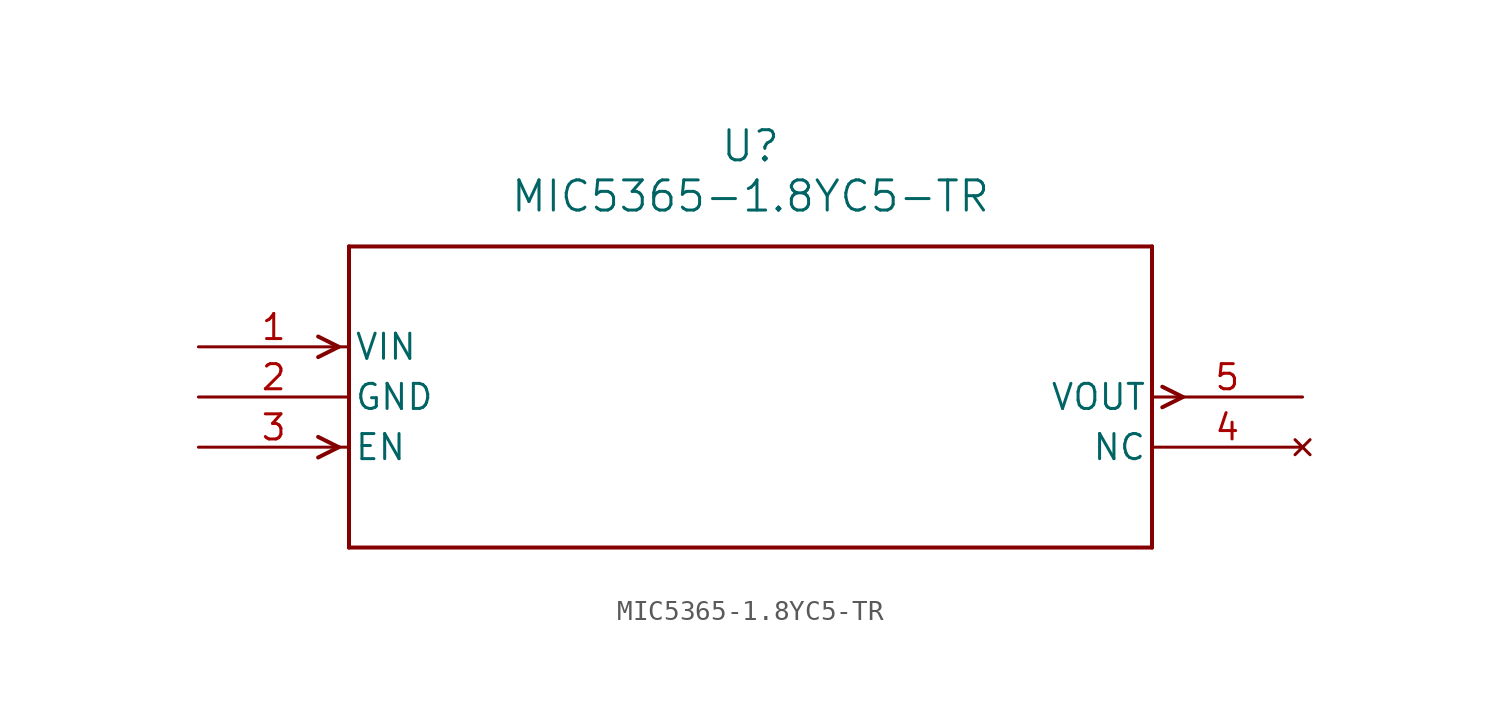
<source format=kicad_sym>
(kicad_symbol_lib
  (version 20211014)
  (generator kicad_symbol_editor)
  (symbol "MIC5365-1.8YC5-TR"
    (pin_names
      (offset 0.254))
    (property "Reference" "U"
      (at 27.94 10.16 0)
      (effects (font (size 1.524 1.524))))
    (property "Value" "MIC5365-1.8YC5-TR"
      (at 27.94 7.62 0)
      (effects (font (size 1.524 1.524))))
    (symbol "MIC5365-1.8YC5-TR_0_1"
      (polyline (pts (xy 7.099 0) (xy 6.058 0.521)) (stroke (width 0.203) (type default) (color 0 0 0 0)) (fill (type none)))
      (polyline (pts (xy 7.099 0) (xy 6.058 -0.521)) (stroke (width 0.203) (type default) (color 0 0 0 0)) (fill (type none)))
      (polyline (pts (xy 7.099 -5.08) (xy 6.058 -4.559)) (stroke (width 0.203) (type default) (color 0 0 0 0)) (fill (type none)))
      (polyline (pts (xy 7.099 -5.08) (xy 6.058 -5.601)) (stroke (width 0.203) (type default) (color 0 0 0 0)) (fill (type none)))
      (polyline (pts (xy 48.781 -2.019) (xy 49.822 -2.54)) (stroke (width 0.203) (type default) (color 0 0 0 0)) (fill (type none)))
      (polyline (pts (xy 48.781 -3.061) (xy 49.822 -2.54)) (stroke (width 0.203) (type default) (color 0 0 0 0)) (fill (type none)))
      (polyline (pts (xy 7.62 5.08) (xy 7.62 -10.16)) (stroke (width 0.203) (type default) (color 0 0 0 0)) (fill (type none)))
      (polyline (pts (xy 7.62 -10.16) (xy 48.26 -10.16)) (stroke (width 0.203) (type default) (color 0 0 0 0)) (fill (type none)))
      (polyline (pts (xy 48.26 -10.16) (xy 48.26 5.08)) (stroke (width 0.203) (type default) (color 0 0 0 0)) (fill (type none)))
      (polyline (pts (xy 48.26 5.08) (xy 7.62 5.08)) (stroke (width 0.203) (type default) (color 0 0 0 0)) (fill (type none)))
      (pin input line (at 0 0 0) (length 7.62) (name "VIN" (effects (font (size 1.27 1.27)))) (number "1" (effects (font (size 1.27 1.27)))))
      (pin power_in line (at 0 -2.54 0) (length 7.62) (name "GND" (effects (font (size 1.27 1.27)))) (number "2" (effects (font (size 1.27 1.27)))))
      (pin input line (at 0 -5.08 0) (length 7.62) (name "EN" (effects (font (size 1.27 1.27)))) (number "3" (effects (font (size 1.27 1.27)))))
      (pin no_connect line (at 55.88 -5.08 180) (length 7.62) (name "NC" (effects (font (size 1.27 1.27)))) (number "4" (effects (font (size 1.27 1.27)))))
      (pin output line (at 55.88 -2.54 180) (length 7.62) (name "VOUT" (effects (font (size 1.27 1.27)))) (number "5" (effects (font (size 1.27 1.27))))))))
</source>
